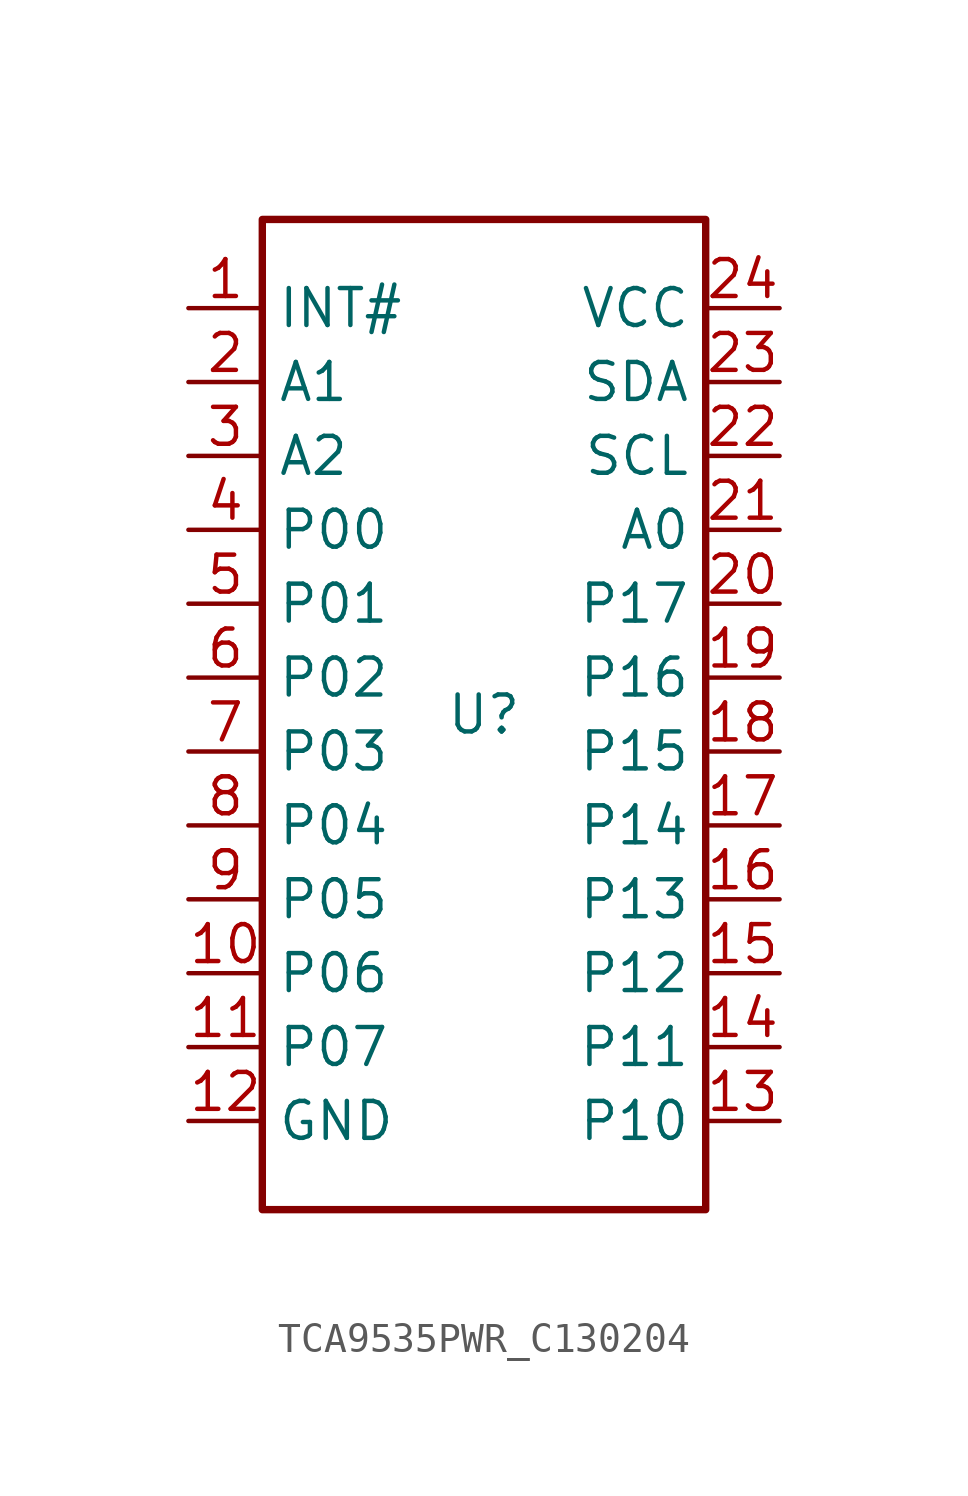
<source format=kicad_sym>
(kicad_symbol_lib
  (version 20241209)
  (generator "kicad_symbol_editor")
  (generator_version "9.0")
  (symbol "TCA9535PWR_C130204"
    (property "Reference" "U"
      (at 0 0 0)
      (effects (font (size 1.27 1.27))))
    (property "Value" ""
      (at 0 0 0)
      (effects (font (size 1.27 1.27))))
    (symbol "TCA9535PWR_C130204_1_0"
      (rectangle (start -7.62 17.018) (end 7.62 -17.018) (stroke (width 0.254) (type default)) (fill (type none)))
      (pin unspecified line (at -10.16 13.97 0) (length 2.54) (name "INT#" (effects (font (size 1.27 1.27)))) (number "1" (effects (font (size 1.27 1.27)))))
      (pin unspecified line (at -10.16 11.43 0) (length 2.54) (name "A1" (effects (font (size 1.27 1.27)))) (number "2" (effects (font (size 1.27 1.27)))))
      (pin unspecified line (at -10.16 8.89 0) (length 2.54) (name "A2" (effects (font (size 1.27 1.27)))) (number "3" (effects (font (size 1.27 1.27)))))
      (pin unspecified line (at -10.16 6.35 0) (length 2.54) (name "P00" (effects (font (size 1.27 1.27)))) (number "4" (effects (font (size 1.27 1.27)))))
      (pin unspecified line (at -10.16 3.81 0) (length 2.54) (name "P01" (effects (font (size 1.27 1.27)))) (number "5" (effects (font (size 1.27 1.27)))))
      (pin unspecified line (at -10.16 1.27 0) (length 2.54) (name "P02" (effects (font (size 1.27 1.27)))) (number "6" (effects (font (size 1.27 1.27)))))
      (pin unspecified line (at -10.16 -1.27 0) (length 2.54) (name "P03" (effects (font (size 1.27 1.27)))) (number "7" (effects (font (size 1.27 1.27)))))
      (pin unspecified line (at -10.16 -3.81 0) (length 2.54) (name "P04" (effects (font (size 1.27 1.27)))) (number "8" (effects (font (size 1.27 1.27)))))
      (pin unspecified line (at -10.16 -6.35 0) (length 2.54) (name "P05" (effects (font (size 1.27 1.27)))) (number "9" (effects (font (size 1.27 1.27)))))
      (pin unspecified line (at -10.16 -8.89 0) (length 2.54) (name "P06" (effects (font (size 1.27 1.27)))) (number "10" (effects (font (size 1.27 1.27)))))
      (pin unspecified line (at -10.16 -11.43 0) (length 2.54) (name "P07" (effects (font (size 1.27 1.27)))) (number "11" (effects (font (size 1.27 1.27)))))
      (pin unspecified line (at -10.16 -13.97 0) (length 2.54) (name "GND" (effects (font (size 1.27 1.27)))) (number "12" (effects (font (size 1.27 1.27)))))
      (pin unspecified line (at 10.16 13.97 180) (length 2.54) (name "VCC" (effects (font (size 1.27 1.27)))) (number "24" (effects (font (size 1.27 1.27)))))
      (pin unspecified line (at 10.16 11.43 180) (length 2.54) (name "SDA" (effects (font (size 1.27 1.27)))) (number "23" (effects (font (size 1.27 1.27)))))
      (pin unspecified line (at 10.16 8.89 180) (length 2.54) (name "SCL" (effects (font (size 1.27 1.27)))) (number "22" (effects (font (size 1.27 1.27)))))
      (pin unspecified line (at 10.16 6.35 180) (length 2.54) (name "A0" (effects (font (size 1.27 1.27)))) (number "21" (effects (font (size 1.27 1.27)))))
      (pin unspecified line (at 10.16 3.81 180) (length 2.54) (name "P17" (effects (font (size 1.27 1.27)))) (number "20" (effects (font (size 1.27 1.27)))))
      (pin unspecified line (at 10.16 1.27 180) (length 2.54) (name "P16" (effects (font (size 1.27 1.27)))) (number "19" (effects (font (size 1.27 1.27)))))
      (pin unspecified line (at 10.16 -1.27 180) (length 2.54) (name "P15" (effects (font (size 1.27 1.27)))) (number "18" (effects (font (size 1.27 1.27)))))
      (pin unspecified line (at 10.16 -3.81 180) (length 2.54) (name "P14" (effects (font (size 1.27 1.27)))) (number "17" (effects (font (size 1.27 1.27)))))
      (pin unspecified line (at 10.16 -6.35 180) (length 2.54) (name "P13" (effects (font (size 1.27 1.27)))) (number "16" (effects (font (size 1.27 1.27)))))
      (pin unspecified line (at 10.16 -8.89 180) (length 2.54) (name "P12" (effects (font (size 1.27 1.27)))) (number "15" (effects (font (size 1.27 1.27)))))
      (pin unspecified line (at 10.16 -11.43 180) (length 2.54) (name "P11" (effects (font (size 1.27 1.27)))) (number "14" (effects (font (size 1.27 1.27)))))
      (pin unspecified line (at 10.16 -13.97 180) (length 2.54) (name "P10" (effects (font (size 1.27 1.27)))) (number "13" (effects (font (size 1.27 1.27))))))))
</source>
